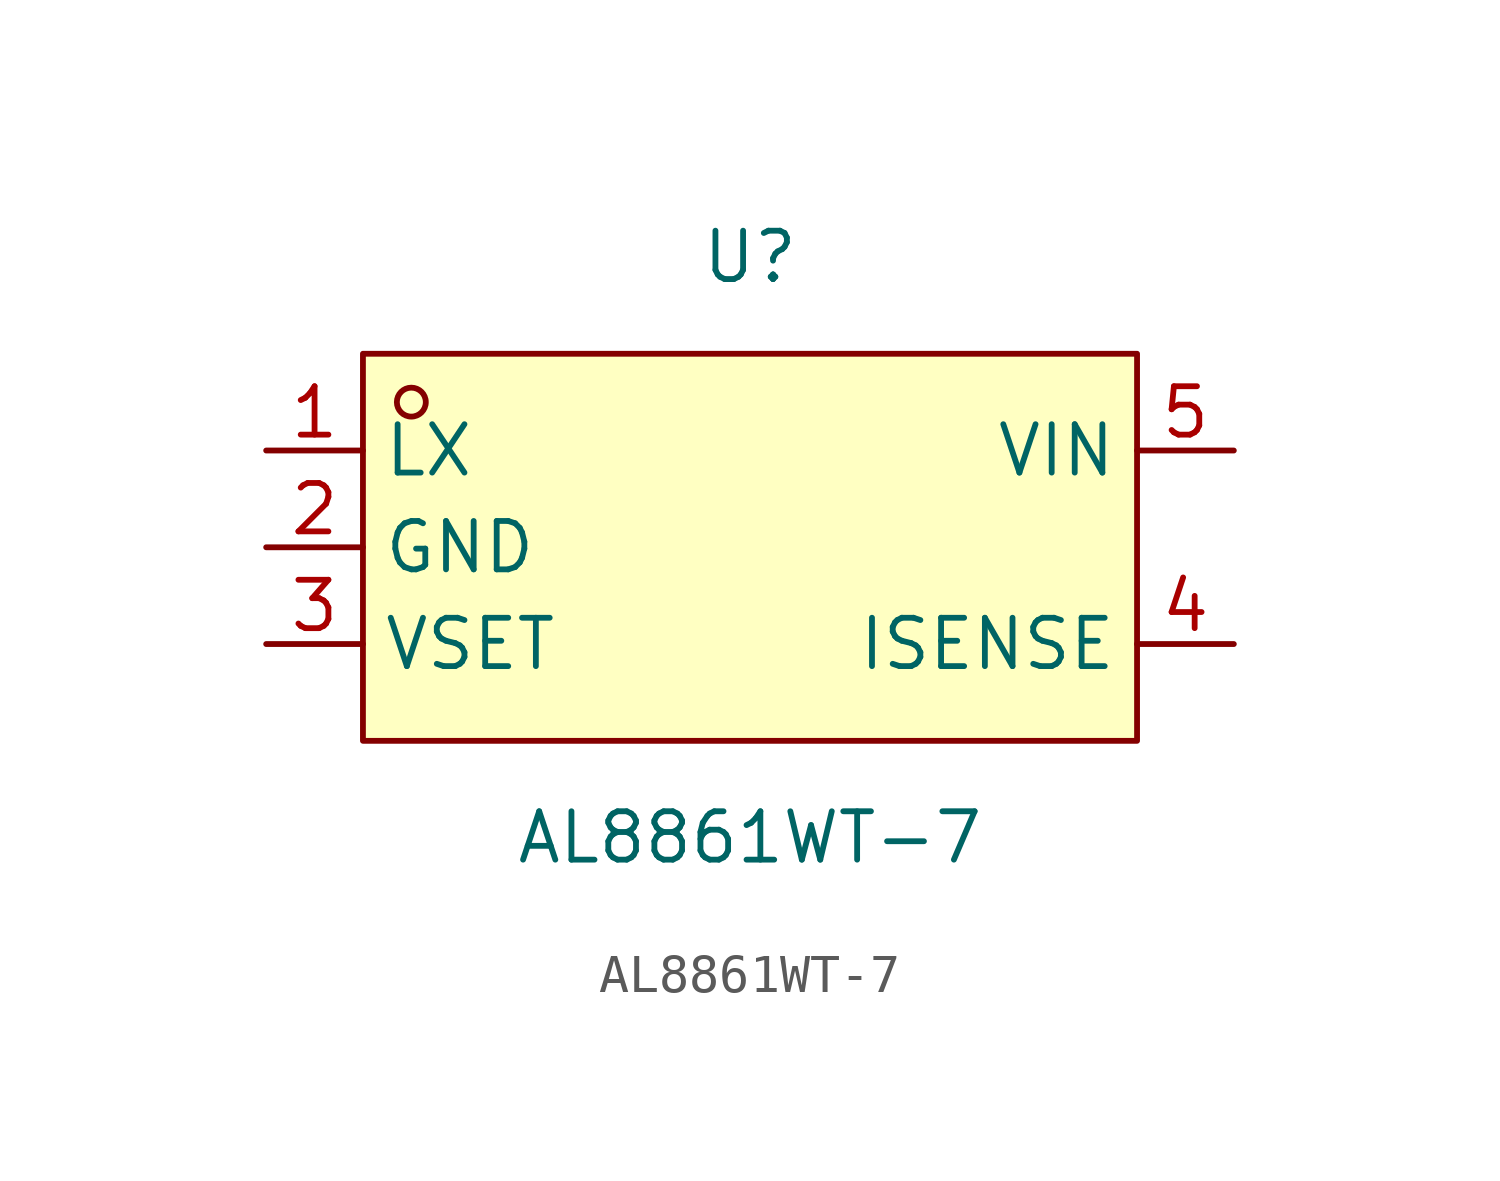
<source format=kicad_sym>
(kicad_symbol_lib
  (version 20211014)
  (generator https://github.com/uPesy/easyeda2kicad.py)
  (symbol "AL8861WT-7"
    (property "Reference" "U"
      (at 0 7.62 0)
      (effects (font (size 1.27 1.27))))
    (property "Value" "AL8861WT-7"
      (at 0 -7.62 0)
      (effects (font (size 1.27 1.27))))
    (symbol "AL8861WT-7_0_1"
      (rectangle (start -10.16 5.08) (end 10.16 -5.08) (stroke (width 0) (type default) (color 0 0 0 0)) (fill (type background)))
      (circle (center -8.89 3.81) (radius 0.38) (stroke (width 0) (type default) (color 0 0 0 0)) (fill (type none)))
      (pin unspecified line (at -12.70 2.54 0) (length 2.54) (name "LX" (effects (font (size 1.27 1.27)))) (number "1" (effects (font (size 1.27 1.27)))))
      (pin unspecified line (at -12.70 -0.00 0) (length 2.54) (name "GND" (effects (font (size 1.27 1.27)))) (number "2" (effects (font (size 1.27 1.27)))))
      (pin unspecified line (at -12.70 -2.54 0) (length 2.54) (name "VSET" (effects (font (size 1.27 1.27)))) (number "3" (effects (font (size 1.27 1.27)))))
      (pin unspecified line (at 12.70 -2.54 180) (length 2.54) (name "ISENSE" (effects (font (size 1.27 1.27)))) (number "4" (effects (font (size 1.27 1.27)))))
      (pin unspecified line (at 12.70 2.54 180) (length 2.54) (name "VIN" (effects (font (size 1.27 1.27)))) (number "5" (effects (font (size 1.27 1.27))))))))
</source>
